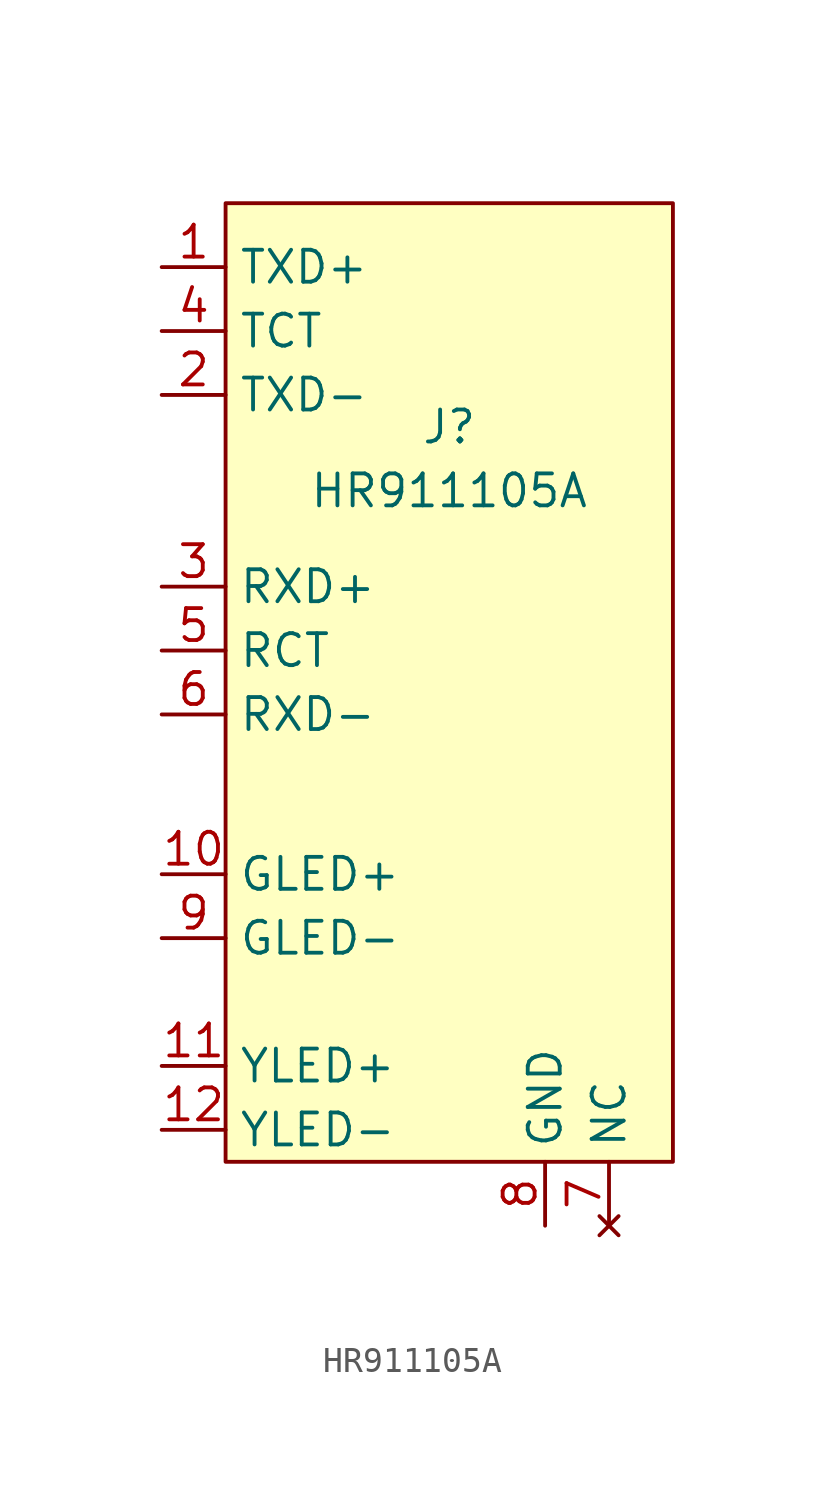
<source format=kicad_sym>
(kicad_symbol_lib
  (version 20220914)
  (generator kicad_symbol_editor)
  (symbol "HR911105A"
    (property "Reference" "J"
      (at 0 8.89 0)
      (effects (font (size 1.27 1.27))))
    (property "Value" "HR911105A"
      (at 0 6.35 0)
      (effects (font (size 1.27 1.27))))
    (symbol "HR911105A_0_0"
      (pin passive line (at -11.43 15.24 0) (length 2.54) (name "TXD+" (effects (font (size 1.27 1.27)))) (number "1" (effects (font (size 1.27 1.27)))))
      (pin passive line (at -11.43 -8.89 0) (length 2.54) (name "GLED+" (effects (font (size 1.27 1.27)))) (number "10" (effects (font (size 1.27 1.27)))))
      (pin passive line (at -11.43 -16.51 0) (length 2.54) (name "YLED+" (effects (font (size 1.27 1.27)))) (number "11" (effects (font (size 1.27 1.27)))))
      (pin passive line (at -11.43 -19.05 0) (length 2.54) (name "YLED-" (effects (font (size 1.27 1.27)))) (number "12" (effects (font (size 1.27 1.27)))))
      (pin passive line (at -11.43 10.16 0) (length 2.54) (name "TXD-" (effects (font (size 1.27 1.27)))) (number "2" (effects (font (size 1.27 1.27)))))
      (pin passive line (at -11.43 2.54 0) (length 2.54) (name "RXD+" (effects (font (size 1.27 1.27)))) (number "3" (effects (font (size 1.27 1.27)))))
      (pin passive line (at -11.43 12.7 0) (length 2.54) (name "TCT" (effects (font (size 1.27 1.27)))) (number "4" (effects (font (size 1.27 1.27)))))
      (pin passive line (at -11.43 0 0) (length 2.54) (name "RCT" (effects (font (size 1.27 1.27)))) (number "5" (effects (font (size 1.27 1.27)))))
      (pin passive line (at -11.43 -2.54 0) (length 2.54) (name "RXD-" (effects (font (size 1.27 1.27)))) (number "6" (effects (font (size 1.27 1.27)))))
      (pin no_connect line (at 6.35 -22.86 90) (length 2.54) (name "NC" (effects (font (size 1.27 1.27)))) (number "7" (effects (font (size 1.27 1.27)))))
      (pin passive line (at 3.81 -22.86 90) (length 2.54) (name "GND" (effects (font (size 1.27 1.27)))) (number "8" (effects (font (size 1.27 1.27)))))
      (pin passive line (at -11.43 -11.43 0) (length 2.54) (name "GLED-" (effects (font (size 1.27 1.27)))) (number "9" (effects (font (size 1.27 1.27))))))
    (symbol "HR911105A_1_1"
      (rectangle (start -8.89 17.78) (end 8.89 -20.32) (stroke (width 0) (type default)) (fill (type background))))))
</source>
